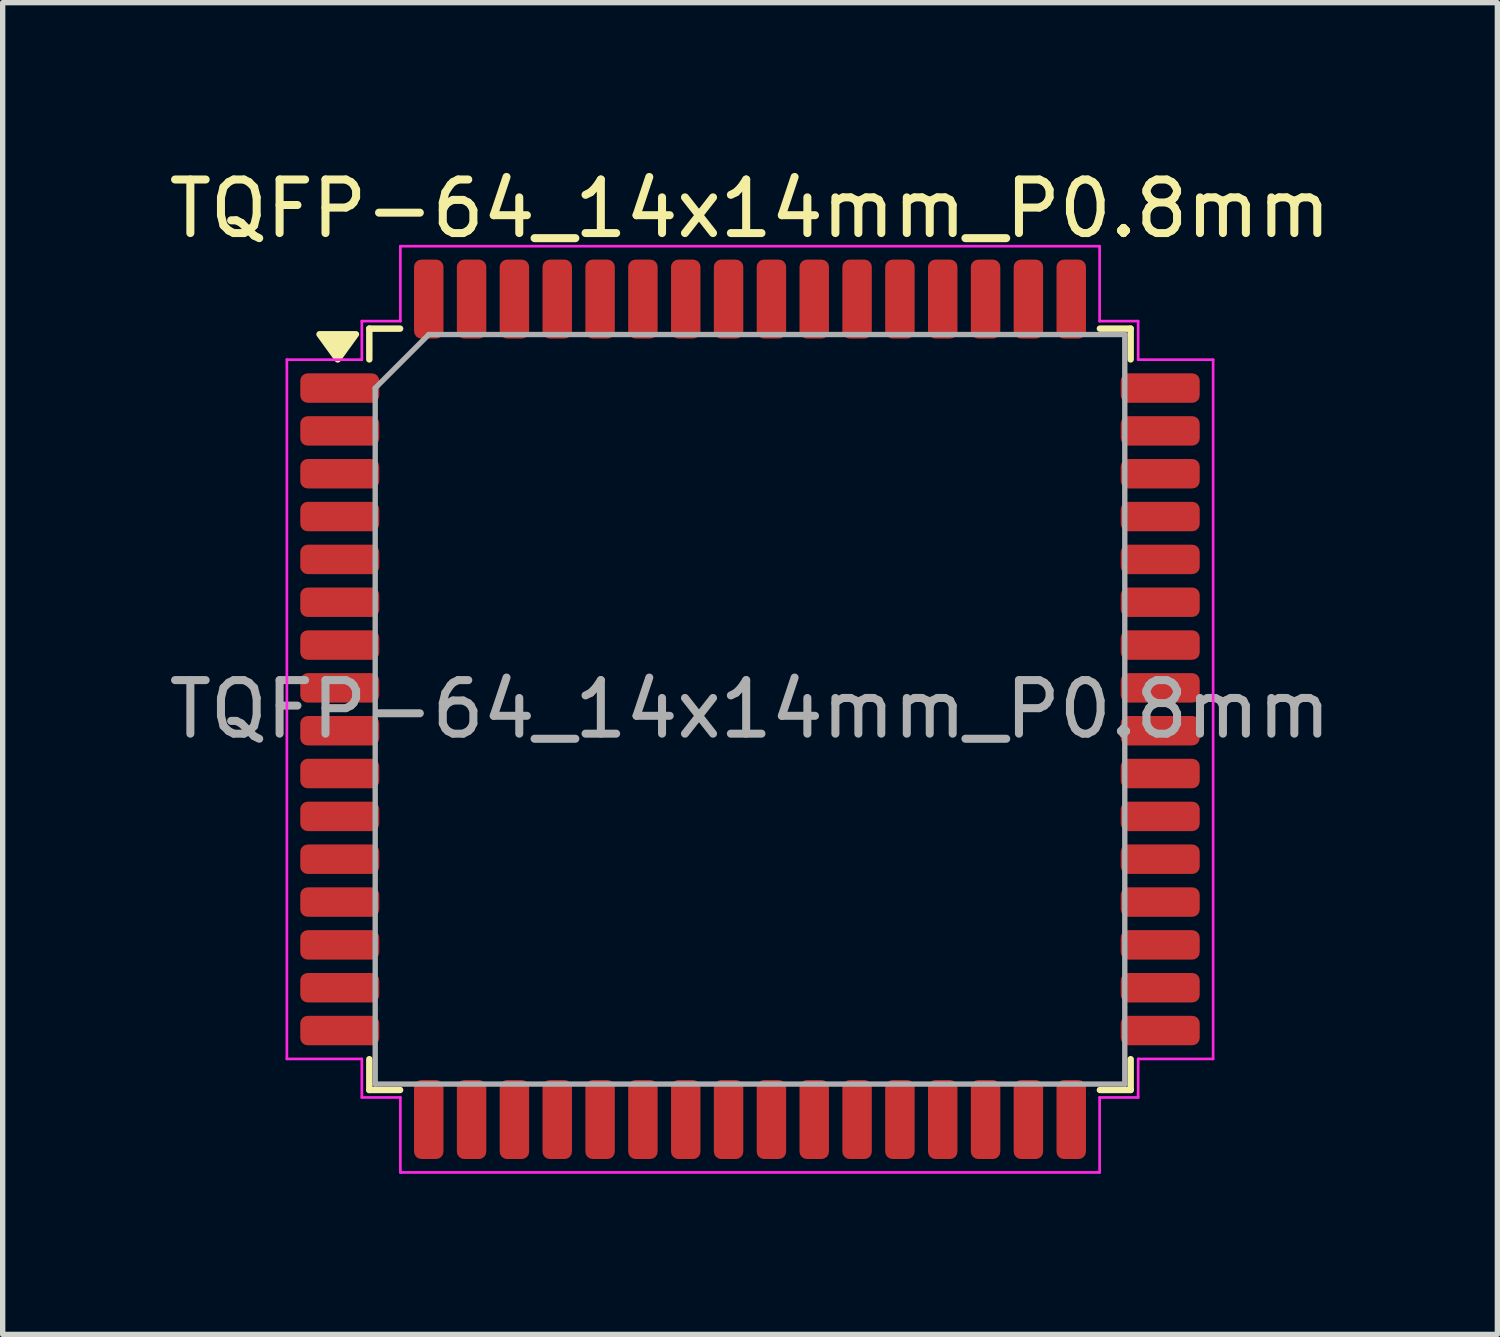
<source format=kicad_pcb>
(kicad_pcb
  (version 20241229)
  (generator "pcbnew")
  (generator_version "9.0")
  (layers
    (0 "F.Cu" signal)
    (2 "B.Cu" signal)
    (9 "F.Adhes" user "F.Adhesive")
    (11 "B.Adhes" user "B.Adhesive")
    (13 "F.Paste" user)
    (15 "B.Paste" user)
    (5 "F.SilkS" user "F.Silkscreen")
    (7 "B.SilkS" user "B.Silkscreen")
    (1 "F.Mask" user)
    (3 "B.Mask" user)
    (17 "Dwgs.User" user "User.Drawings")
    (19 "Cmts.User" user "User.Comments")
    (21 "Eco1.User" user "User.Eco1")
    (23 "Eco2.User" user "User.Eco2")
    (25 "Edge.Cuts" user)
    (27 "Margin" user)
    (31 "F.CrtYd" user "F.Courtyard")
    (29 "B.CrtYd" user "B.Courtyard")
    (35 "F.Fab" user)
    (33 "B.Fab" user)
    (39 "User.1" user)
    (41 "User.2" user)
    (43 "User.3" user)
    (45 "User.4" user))
  (footprint "TQFP-64_14x14mm_P0.8mm"
    (layer "F.Cu")
    (at 10.958 10.198)
    (property "Reference" "TQFP-64_14x14mm_P0.8mm" (at 0 -9.35 0) (layer "F.SilkS") (effects (font (size 1 1) (thickness 0.15))))
    (attr smd)
    (fp_line (start -7.11 -7.11) (end -7.11 -6.535) (stroke (width 0.12) (type solid)) (layer "F.SilkS"))
    (fp_line (start -7.11 7.11) (end -7.11 6.535) (stroke (width 0.12) (type solid)) (layer "F.SilkS"))
    (fp_line (start -6.535 -7.11) (end -7.11 -7.11) (stroke (width 0.12) (type solid)) (layer "F.SilkS"))
    (fp_line (start -6.535 7.11) (end -7.11 7.11) (stroke (width 0.12) (type solid)) (layer "F.SilkS"))
    (fp_line (start 6.535 -7.11) (end 7.11 -7.11) (stroke (width 0.12) (type solid)) (layer "F.SilkS"))
    (fp_line (start 6.535 7.11) (end 7.11 7.11) (stroke (width 0.12) (type solid)) (layer "F.SilkS"))
    (fp_line (start 7.11 -7.11) (end 7.11 -6.535) (stroke (width 0.12) (type solid)) (layer "F.SilkS"))
    (fp_line (start 7.11 7.11) (end 7.11 6.535) (stroke (width 0.12) (type solid)) (layer "F.SilkS"))
    (fp_poly (pts (xy -7.7 -6.535) (xy -8.04 -7.005) (xy -7.36 -7.005)) (stroke (width 0.12) (type solid)) (fill yes) (layer "F.SilkS"))
    (fp_line (start -8.65 -6.53) (end -7.25 -6.53) (stroke (width 0.05) (type solid)) (layer "F.CrtYd"))
    (fp_line (start -8.65 6.53) (end -8.65 -6.53) (stroke (width 0.05) (type solid)) (layer "F.CrtYd"))
    (fp_line (start -7.25 -7.25) (end -6.53 -7.25) (stroke (width 0.05) (type solid)) (layer "F.CrtYd"))
    (fp_line (start -7.25 -6.53) (end -7.25 -7.25) (stroke (width 0.05) (type solid)) (layer "F.CrtYd"))
    (fp_line (start -7.25 6.53) (end -8.65 6.53) (stroke (width 0.05) (type solid)) (layer "F.CrtYd"))
    (fp_line (start -7.25 7.25) (end -7.25 6.53) (stroke (width 0.05) (type solid)) (layer "F.CrtYd"))
    (fp_line (start -6.53 -8.65) (end 6.53 -8.65) (stroke (width 0.05) (type solid)) (layer "F.CrtYd"))
    (fp_line (start -6.53 -7.25) (end -6.53 -8.65) (stroke (width 0.05) (type solid)) (layer "F.CrtYd"))
    (fp_line (start -6.53 7.25) (end -7.25 7.25) (stroke (width 0.05) (type solid)) (layer "F.CrtYd"))
    (fp_line (start -6.53 8.65) (end -6.53 7.25) (stroke (width 0.05) (type solid)) (layer "F.CrtYd"))
    (fp_line (start 6.53 -8.65) (end 6.53 -7.25) (stroke (width 0.05) (type solid)) (layer "F.CrtYd"))
    (fp_line (start 6.53 -7.25) (end 7.25 -7.25) (stroke (width 0.05) (type solid)) (layer "F.CrtYd"))
    (fp_line (start 6.53 7.25) (end 6.53 8.65) (stroke (width 0.05) (type solid)) (layer "F.CrtYd"))
    (fp_line (start 6.53 8.65) (end -6.53 8.65) (stroke (width 0.05) (type solid)) (layer "F.CrtYd"))
    (fp_line (start 7.25 -7.25) (end 7.25 -6.53) (stroke (width 0.05) (type solid)) (layer "F.CrtYd"))
    (fp_line (start 7.25 -6.53) (end 8.65 -6.53) (stroke (width 0.05) (type solid)) (layer "F.CrtYd"))
    (fp_line (start 7.25 6.53) (end 7.25 7.25) (stroke (width 0.05) (type solid)) (layer "F.CrtYd"))
    (fp_line (start 7.25 7.25) (end 6.53 7.25) (stroke (width 0.05) (type solid)) (layer "F.CrtYd"))
    (fp_line (start 8.65 -6.53) (end 8.65 6.53) (stroke (width 0.05) (type solid)) (layer "F.CrtYd"))
    (fp_line (start 8.65 6.53) (end 7.25 6.53) (stroke (width 0.05) (type solid)) (layer "F.CrtYd"))
    (fp_line (start -7 -6) (end -6 -7) (stroke (width 0.1) (type solid)) (layer "F.Fab"))
    (fp_line (start -7 7) (end -7 -6) (stroke (width 0.1) (type solid)) (layer "F.Fab"))
    (fp_line (start -6 -7) (end 7 -7) (stroke (width 0.1) (type solid)) (layer "F.Fab"))
    (fp_line (start 7 -7) (end 7 7) (stroke (width 0.1) (type solid)) (layer "F.Fab"))
    (fp_line (start 7 7) (end -7 7) (stroke (width 0.1) (type solid)) (layer "F.Fab"))
    (fp_text user "${REFERENCE}" (at 0 0 0) (layer "F.Fab") (effects (font (size 1 1) (thickness 0.15))))
    (pad "1" smd roundrect (at -7.662 -6) (size 1.475 0.55) (layers "F.Cu" "F.Mask" "F.Paste") (roundrect_rratio 0.25))
    (pad "2" smd roundrect (at -7.662 -5.2) (size 1.475 0.55) (layers "F.Cu" "F.Mask" "F.Paste") (roundrect_rratio 0.25))
    (pad "3" smd roundrect (at -7.662 -4.4) (size 1.475 0.55) (layers "F.Cu" "F.Mask" "F.Paste") (roundrect_rratio 0.25))
    (pad "4" smd roundrect (at -7.662 -3.6) (size 1.475 0.55) (layers "F.Cu" "F.Mask" "F.Paste") (roundrect_rratio 0.25))
    (pad "5" smd roundrect (at -7.662 -2.8) (size 1.475 0.55) (layers "F.Cu" "F.Mask" "F.Paste") (roundrect_rratio 0.25))
    (pad "6" smd roundrect (at -7.662 -2) (size 1.475 0.55) (layers "F.Cu" "F.Mask" "F.Paste") (roundrect_rratio 0.25))
    (pad "7" smd roundrect (at -7.662 -1.2) (size 1.475 0.55) (layers "F.Cu" "F.Mask" "F.Paste") (roundrect_rratio 0.25))
    (pad "8" smd roundrect (at -7.662 -0.4) (size 1.475 0.55) (layers "F.Cu" "F.Mask" "F.Paste") (roundrect_rratio 0.25))
    (pad "9" smd roundrect (at -7.662 0.4) (size 1.475 0.55) (layers "F.Cu" "F.Mask" "F.Paste") (roundrect_rratio 0.25))
    (pad "10" smd roundrect (at -7.662 1.2) (size 1.475 0.55) (layers "F.Cu" "F.Mask" "F.Paste") (roundrect_rratio 0.25))
    (pad "11" smd roundrect (at -7.662 2) (size 1.475 0.55) (layers "F.Cu" "F.Mask" "F.Paste") (roundrect_rratio 0.25))
    (pad "12" smd roundrect (at -7.662 2.8) (size 1.475 0.55) (layers "F.Cu" "F.Mask" "F.Paste") (roundrect_rratio 0.25))
    (pad "13" smd roundrect (at -7.662 3.6) (size 1.475 0.55) (layers "F.Cu" "F.Mask" "F.Paste") (roundrect_rratio 0.25))
    (pad "14" smd roundrect (at -7.662 4.4) (size 1.475 0.55) (layers "F.Cu" "F.Mask" "F.Paste") (roundrect_rratio 0.25))
    (pad "15" smd roundrect (at -7.662 5.2) (size 1.475 0.55) (layers "F.Cu" "F.Mask" "F.Paste") (roundrect_rratio 0.25))
    (pad "16" smd roundrect (at -7.662 6) (size 1.475 0.55) (layers "F.Cu" "F.Mask" "F.Paste") (roundrect_rratio 0.25))
    (pad "17" smd roundrect (at -6 7.662) (size 0.55 1.475) (layers "F.Cu" "F.Mask" "F.Paste") (roundrect_rratio 0.25))
    (pad "18" smd roundrect (at -5.2 7.662) (size 0.55 1.475) (layers "F.Cu" "F.Mask" "F.Paste") (roundrect_rratio 0.25))
    (pad "19" smd roundrect (at -4.4 7.662) (size 0.55 1.475) (layers "F.Cu" "F.Mask" "F.Paste") (roundrect_rratio 0.25))
    (pad "20" smd roundrect (at -3.6 7.662) (size 0.55 1.475) (layers "F.Cu" "F.Mask" "F.Paste") (roundrect_rratio 0.25))
    (pad "21" smd roundrect (at -2.8 7.662) (size 0.55 1.475) (layers "F.Cu" "F.Mask" "F.Paste") (roundrect_rratio 0.25))
    (pad "22" smd roundrect (at -2 7.662) (size 0.55 1.475) (layers "F.Cu" "F.Mask" "F.Paste") (roundrect_rratio 0.25))
    (pad "23" smd roundrect (at -1.2 7.662) (size 0.55 1.475) (layers "F.Cu" "F.Mask" "F.Paste") (roundrect_rratio 0.25))
    (pad "24" smd roundrect (at -0.4 7.662) (size 0.55 1.475) (layers "F.Cu" "F.Mask" "F.Paste") (roundrect_rratio 0.25))
    (pad "25" smd roundrect (at 0.4 7.662) (size 0.55 1.475) (layers "F.Cu" "F.Mask" "F.Paste") (roundrect_rratio 0.25))
    (pad "26" smd roundrect (at 1.2 7.662) (size 0.55 1.475) (layers "F.Cu" "F.Mask" "F.Paste") (roundrect_rratio 0.25))
    (pad "27" smd roundrect (at 2 7.662) (size 0.55 1.475) (layers "F.Cu" "F.Mask" "F.Paste") (roundrect_rratio 0.25))
    (pad "28" smd roundrect (at 2.8 7.662) (size 0.55 1.475) (layers "F.Cu" "F.Mask" "F.Paste") (roundrect_rratio 0.25))
    (pad "29" smd roundrect (at 3.6 7.662) (size 0.55 1.475) (layers "F.Cu" "F.Mask" "F.Paste") (roundrect_rratio 0.25))
    (pad "30" smd roundrect (at 4.4 7.662) (size 0.55 1.475) (layers "F.Cu" "F.Mask" "F.Paste") (roundrect_rratio 0.25))
    (pad "31" smd roundrect (at 5.2 7.662) (size 0.55 1.475) (layers "F.Cu" "F.Mask" "F.Paste") (roundrect_rratio 0.25))
    (pad "32" smd roundrect (at 6 7.662) (size 0.55 1.475) (layers "F.Cu" "F.Mask" "F.Paste") (roundrect_rratio 0.25))
    (pad "33" smd roundrect (at 7.662 6) (size 1.475 0.55) (layers "F.Cu" "F.Mask" "F.Paste") (roundrect_rratio 0.25))
    (pad "34" smd roundrect (at 7.662 5.2) (size 1.475 0.55) (layers "F.Cu" "F.Mask" "F.Paste") (roundrect_rratio 0.25))
    (pad "35" smd roundrect (at 7.662 4.4) (size 1.475 0.55) (layers "F.Cu" "F.Mask" "F.Paste") (roundrect_rratio 0.25))
    (pad "36" smd roundrect (at 7.662 3.6) (size 1.475 0.55) (layers "F.Cu" "F.Mask" "F.Paste") (roundrect_rratio 0.25))
    (pad "37" smd roundrect (at 7.662 2.8) (size 1.475 0.55) (layers "F.Cu" "F.Mask" "F.Paste") (roundrect_rratio 0.25))
    (pad "38" smd roundrect (at 7.662 2) (size 1.475 0.55) (layers "F.Cu" "F.Mask" "F.Paste") (roundrect_rratio 0.25))
    (pad "39" smd roundrect (at 7.662 1.2) (size 1.475 0.55) (layers "F.Cu" "F.Mask" "F.Paste") (roundrect_rratio 0.25))
    (pad "40" smd roundrect (at 7.662 0.4) (size 1.475 0.55) (layers "F.Cu" "F.Mask" "F.Paste") (roundrect_rratio 0.25))
    (pad "41" smd roundrect (at 7.662 -0.4) (size 1.475 0.55) (layers "F.Cu" "F.Mask" "F.Paste") (roundrect_rratio 0.25))
    (pad "42" smd roundrect (at 7.662 -1.2) (size 1.475 0.55) (layers "F.Cu" "F.Mask" "F.Paste") (roundrect_rratio 0.25))
    (pad "43" smd roundrect (at 7.662 -2) (size 1.475 0.55) (layers "F.Cu" "F.Mask" "F.Paste") (roundrect_rratio 0.25))
    (pad "44" smd roundrect (at 7.662 -2.8) (size 1.475 0.55) (layers "F.Cu" "F.Mask" "F.Paste") (roundrect_rratio 0.25))
    (pad "45" smd roundrect (at 7.662 -3.6) (size 1.475 0.55) (layers "F.Cu" "F.Mask" "F.Paste") (roundrect_rratio 0.25))
    (pad "46" smd roundrect (at 7.662 -4.4) (size 1.475 0.55) (layers "F.Cu" "F.Mask" "F.Paste") (roundrect_rratio 0.25))
    (pad "47" smd roundrect (at 7.662 -5.2) (size 1.475 0.55) (layers "F.Cu" "F.Mask" "F.Paste") (roundrect_rratio 0.25))
    (pad "48" smd roundrect (at 7.662 -6) (size 1.475 0.55) (layers "F.Cu" "F.Mask" "F.Paste") (roundrect_rratio 0.25))
    (pad "49" smd roundrect (at 6 -7.662) (size 0.55 1.475) (layers "F.Cu" "F.Mask" "F.Paste") (roundrect_rratio 0.25))
    (pad "50" smd roundrect (at 5.2 -7.662) (size 0.55 1.475) (layers "F.Cu" "F.Mask" "F.Paste") (roundrect_rratio 0.25))
    (pad "51" smd roundrect (at 4.4 -7.662) (size 0.55 1.475) (layers "F.Cu" "F.Mask" "F.Paste") (roundrect_rratio 0.25))
    (pad "52" smd roundrect (at 3.6 -7.662) (size 0.55 1.475) (layers "F.Cu" "F.Mask" "F.Paste") (roundrect_rratio 0.25))
    (pad "53" smd roundrect (at 2.8 -7.662) (size 0.55 1.475) (layers "F.Cu" "F.Mask" "F.Paste") (roundrect_rratio 0.25))
    (pad "54" smd roundrect (at 2 -7.662) (size 0.55 1.475) (layers "F.Cu" "F.Mask" "F.Paste") (roundrect_rratio 0.25))
    (pad "55" smd roundrect (at 1.2 -7.662) (size 0.55 1.475) (layers "F.Cu" "F.Mask" "F.Paste") (roundrect_rratio 0.25))
    (pad "56" smd roundrect (at 0.4 -7.662) (size 0.55 1.475) (layers "F.Cu" "F.Mask" "F.Paste") (roundrect_rratio 0.25))
    (pad "57" smd roundrect (at -0.4 -7.662) (size 0.55 1.475) (layers "F.Cu" "F.Mask" "F.Paste") (roundrect_rratio 0.25))
    (pad "58" smd roundrect (at -1.2 -7.662) (size 0.55 1.475) (layers "F.Cu" "F.Mask" "F.Paste") (roundrect_rratio 0.25))
    (pad "59" smd roundrect (at -2 -7.662) (size 0.55 1.475) (layers "F.Cu" "F.Mask" "F.Paste") (roundrect_rratio 0.25))
    (pad "60" smd roundrect (at -2.8 -7.662) (size 0.55 1.475) (layers "F.Cu" "F.Mask" "F.Paste") (roundrect_rratio 0.25))
    (pad "61" smd roundrect (at -3.6 -7.662) (size 0.55 1.475) (layers "F.Cu" "F.Mask" "F.Paste") (roundrect_rratio 0.25))
    (pad "62" smd roundrect (at -4.4 -7.662) (size 0.55 1.475) (layers "F.Cu" "F.Mask" "F.Paste") (roundrect_rratio 0.25))
    (pad "63" smd roundrect (at -5.2 -7.662) (size 0.55 1.475) (layers "F.Cu" "F.Mask" "F.Paste") (roundrect_rratio 0.25))
    (pad "64" smd roundrect (at -6 -7.662) (size 0.55 1.475) (layers "F.Cu" "F.Mask" "F.Paste") (roundrect_rratio 0.25)))
  (gr_rect
    (start -3 -3)
    (end 24.917 21.873)
    (stroke (width 0.1) (type default))
    (fill no)
    (layer "Edge.Cuts")))
</source>
